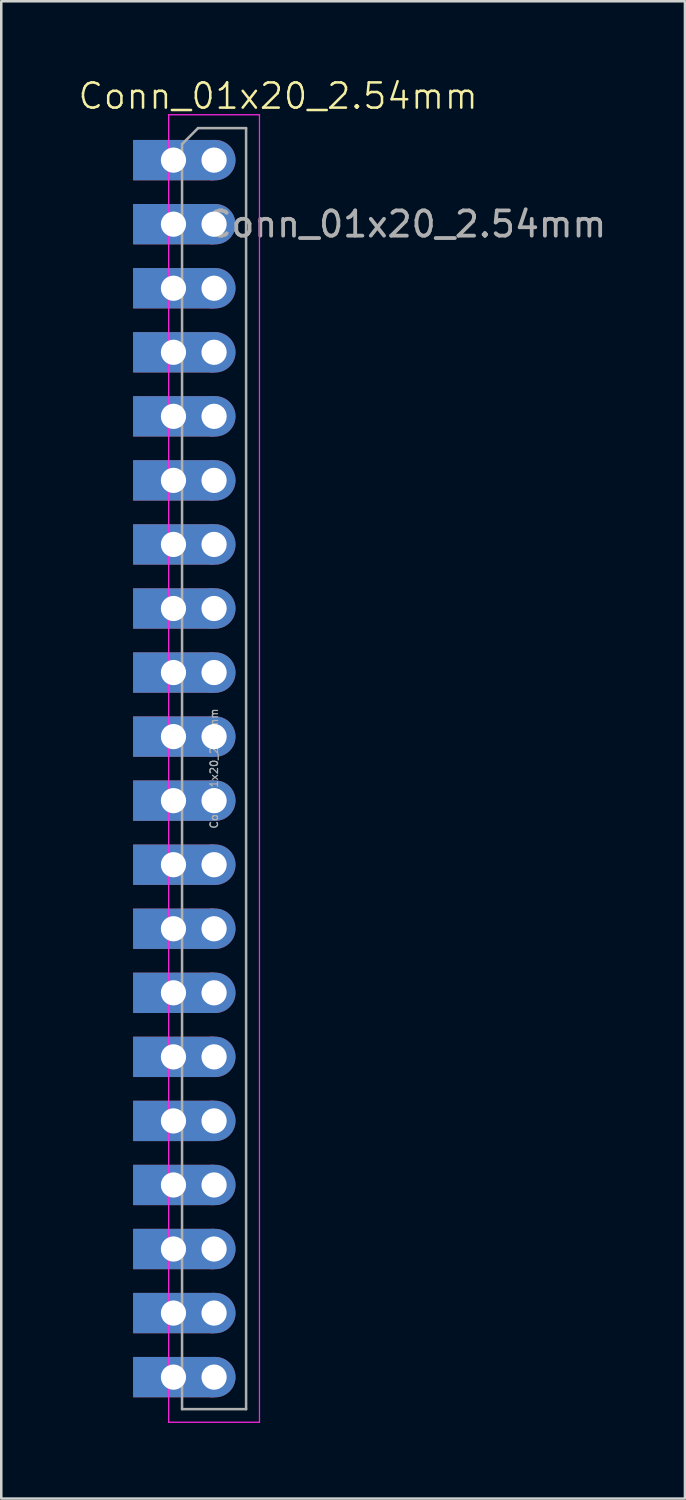
<source format=kicad_pcb>
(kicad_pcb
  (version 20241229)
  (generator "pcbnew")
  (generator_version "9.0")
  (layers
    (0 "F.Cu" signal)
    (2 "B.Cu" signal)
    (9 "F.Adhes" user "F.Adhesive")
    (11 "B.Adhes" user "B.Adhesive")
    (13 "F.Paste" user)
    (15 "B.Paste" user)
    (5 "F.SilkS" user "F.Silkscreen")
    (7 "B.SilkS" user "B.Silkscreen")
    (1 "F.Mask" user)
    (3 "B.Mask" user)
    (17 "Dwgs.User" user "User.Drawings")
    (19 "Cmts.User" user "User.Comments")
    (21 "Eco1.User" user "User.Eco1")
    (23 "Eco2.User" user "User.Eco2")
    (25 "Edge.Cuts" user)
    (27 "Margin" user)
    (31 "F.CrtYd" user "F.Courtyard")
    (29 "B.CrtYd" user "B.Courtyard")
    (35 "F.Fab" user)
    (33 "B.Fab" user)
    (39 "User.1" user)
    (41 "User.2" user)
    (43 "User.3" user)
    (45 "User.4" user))
  (footprint "Conn_01x20_2.54mm"
    (layer "F.Cu")
    (at 5.439 26.16)
    (property "Reference" "Conn_01x20_2.54mm" (at 2.54 -25.4 0) (unlocked yes) (layer "F.SilkS") (effects (font (size 1 1) (thickness 0.1))))
    (fp_line (start -1.8 -24.66) (end -1.8 27.19) (stroke (width 0.05) (type solid)) (layer "F.CrtYd"))
    (fp_line (start -1.8 27.19) (end 1.8 27.19) (stroke (width 0.05) (type solid)) (layer "F.CrtYd"))
    (fp_line (start 1.8 -24.66) (end -1.8 -24.66) (stroke (width 0.05) (type solid)) (layer "F.CrtYd"))
    (fp_line (start 1.8 27.19) (end 1.8 -24.66) (stroke (width 0.05) (type solid)) (layer "F.CrtYd"))
    (fp_line (start -1.27 -23.495) (end -0.635 -24.13) (stroke (width 0.1) (type solid)) (layer "F.Fab"))
    (fp_line (start -1.27 26.67) (end -1.27 -23.495) (stroke (width 0.1) (type solid)) (layer "F.Fab"))
    (fp_line (start -0.635 -24.13) (end 1.27 -24.13) (stroke (width 0.1) (type solid)) (layer "F.Fab"))
    (fp_line (start 1.27 -24.13) (end 1.27 26.67) (stroke (width 0.1) (type solid)) (layer "F.Fab"))
    (fp_line (start 1.27 26.67) (end -1.27 26.67) (stroke (width 0.1) (type solid)) (layer "F.Fab"))
    (fp_text user "${REFERENCE}" (at 7.62 -20.32 0) (unlocked yes) (layer "F.Fab") (effects (font (size 1 1) (thickness 0.15))))
    (fp_text user "${REFERENCE}" (at 0 1.27 90) (layer "F.Fab") (effects (font (size 0.3 0.3) (thickness 0.05))))
    (pad "1" thru_hole rect (at -1.61 -22.86) (size 3.2 1.6) (drill 1) (layers "*.Cu" "*.Mask"))
    (pad "1" thru_hole oval (at 0 -22.86) (size 1.7 1.6) (drill 1) (layers "*.Cu" "*.Mask"))
    (pad "2" thru_hole rect (at -1.61 -20.32) (size 3.2 1.6) (drill 1) (layers "*.Cu" "*.Mask"))
    (pad "2" thru_hole oval (at 0 -20.32) (size 1.7 1.6) (drill 1) (layers "*.Cu" "*.Mask"))
    (pad "3" thru_hole rect (at -1.61 -17.78) (size 3.2 1.6) (drill 1) (layers "*.Cu" "*.Mask"))
    (pad "3" thru_hole oval (at 0 -17.78) (size 1.7 1.6) (drill 1) (layers "*.Cu" "*.Mask"))
    (pad "4" thru_hole rect (at -1.61 -15.24) (size 3.2 1.6) (drill 1) (layers "*.Cu" "*.Mask"))
    (pad "4" thru_hole oval (at 0 -15.24) (size 1.7 1.6) (drill 1) (layers "*.Cu" "*.Mask"))
    (pad "5" thru_hole rect (at -1.61 -12.7) (size 3.2 1.6) (drill 1) (layers "*.Cu" "*.Mask"))
    (pad "5" thru_hole oval (at 0 -12.7) (size 1.7 1.6) (drill 1) (layers "*.Cu" "*.Mask"))
    (pad "6" thru_hole rect (at -1.61 -10.16) (size 3.2 1.6) (drill 1) (layers "*.Cu" "*.Mask"))
    (pad "6" thru_hole oval (at 0 -10.16) (size 1.7 1.6) (drill 1) (layers "*.Cu" "*.Mask"))
    (pad "7" thru_hole rect (at -1.61 -7.62) (size 3.2 1.6) (drill 1) (layers "*.Cu" "*.Mask"))
    (pad "7" thru_hole oval (at 0 -7.62) (size 1.7 1.6) (drill 1) (layers "*.Cu" "*.Mask"))
    (pad "8" thru_hole rect (at -1.61 -5.08) (size 3.2 1.6) (drill 1) (layers "*.Cu" "*.Mask"))
    (pad "8" thru_hole oval (at 0 -5.08) (size 1.7 1.6) (drill 1) (layers "*.Cu" "*.Mask"))
    (pad "9" thru_hole rect (at -1.61 -2.54) (size 3.2 1.6) (drill 1) (layers "*.Cu" "*.Mask"))
    (pad "9" thru_hole oval (at 0 -2.54) (size 1.7 1.6) (drill 1) (layers "*.Cu" "*.Mask"))
    (pad "10" thru_hole rect (at -1.61 0) (size 3.2 1.6) (drill 1) (layers "*.Cu" "*.Mask"))
    (pad "10" thru_hole oval (at 0 0) (size 1.7 1.6) (drill 1) (layers "*.Cu" "*.Mask"))
    (pad "11" thru_hole rect (at -1.61 2.54) (size 3.2 1.6) (drill 1) (layers "*.Cu" "*.Mask"))
    (pad "11" thru_hole oval (at 0 2.54) (size 1.7 1.6) (drill 1) (layers "*.Cu" "*.Mask"))
    (pad "12" thru_hole rect (at -1.61 5.08) (size 3.2 1.6) (drill 1) (layers "*.Cu" "*.Mask"))
    (pad "12" thru_hole oval (at 0 5.08) (size 1.7 1.6) (drill 1) (layers "*.Cu" "*.Mask"))
    (pad "13" thru_hole rect (at -1.61 7.62) (size 3.2 1.6) (drill 1) (layers "*.Cu" "*.Mask"))
    (pad "13" thru_hole oval (at 0 7.62) (size 1.7 1.6) (drill 1) (layers "*.Cu" "*.Mask"))
    (pad "14" thru_hole rect (at -1.61 10.16) (size 3.2 1.6) (drill 1) (layers "*.Cu" "*.Mask"))
    (pad "14" thru_hole oval (at 0 10.16) (size 1.7 1.6) (drill 1) (layers "*.Cu" "*.Mask"))
    (pad "15" thru_hole rect (at -1.61 12.7) (size 3.2 1.6) (drill 1) (layers "*.Cu" "*.Mask"))
    (pad "15" thru_hole oval (at 0 12.7) (size 1.7 1.6) (drill 1) (layers "*.Cu" "*.Mask"))
    (pad "16" thru_hole rect (at -1.61 15.24) (size 3.2 1.6) (drill 1) (layers "*.Cu" "*.Mask"))
    (pad "16" thru_hole oval (at 0 15.24) (size 1.7 1.6) (drill 1) (layers "*.Cu" "*.Mask"))
    (pad "17" thru_hole rect (at -1.61 17.78) (size 3.2 1.6) (drill 1) (layers "*.Cu" "*.Mask"))
    (pad "17" thru_hole oval (at 0 17.78) (size 1.7 1.6) (drill 1) (layers "*.Cu" "*.Mask"))
    (pad "18" thru_hole rect (at -1.61 20.32) (size 3.2 1.6) (drill 1) (layers "*.Cu" "*.Mask"))
    (pad "18" thru_hole oval (at 0 20.32) (size 1.7 1.6) (drill 1) (layers "*.Cu" "*.Mask"))
    (pad "19" thru_hole rect (at -1.61 22.86) (size 3.2 1.6) (drill 1) (layers "*.Cu" "*.Mask"))
    (pad "19" thru_hole oval (at 0 22.86) (size 1.7 1.6) (drill 1) (layers "*.Cu" "*.Mask"))
    (pad "20" thru_hole rect (at -1.61 25.4) (size 3.2 1.6) (drill 1) (layers "*.Cu" "*.Mask"))
    (pad "20" thru_hole oval (at 0 25.4) (size 1.7 1.6) (drill 1) (layers "*.Cu" "*.Mask")))
  (gr_rect
    (start -3 -3)
    (end 24.112 56.376)
    (stroke (width 0.1) (type default))
    (fill no)
    (layer "Edge.Cuts")))
</source>
